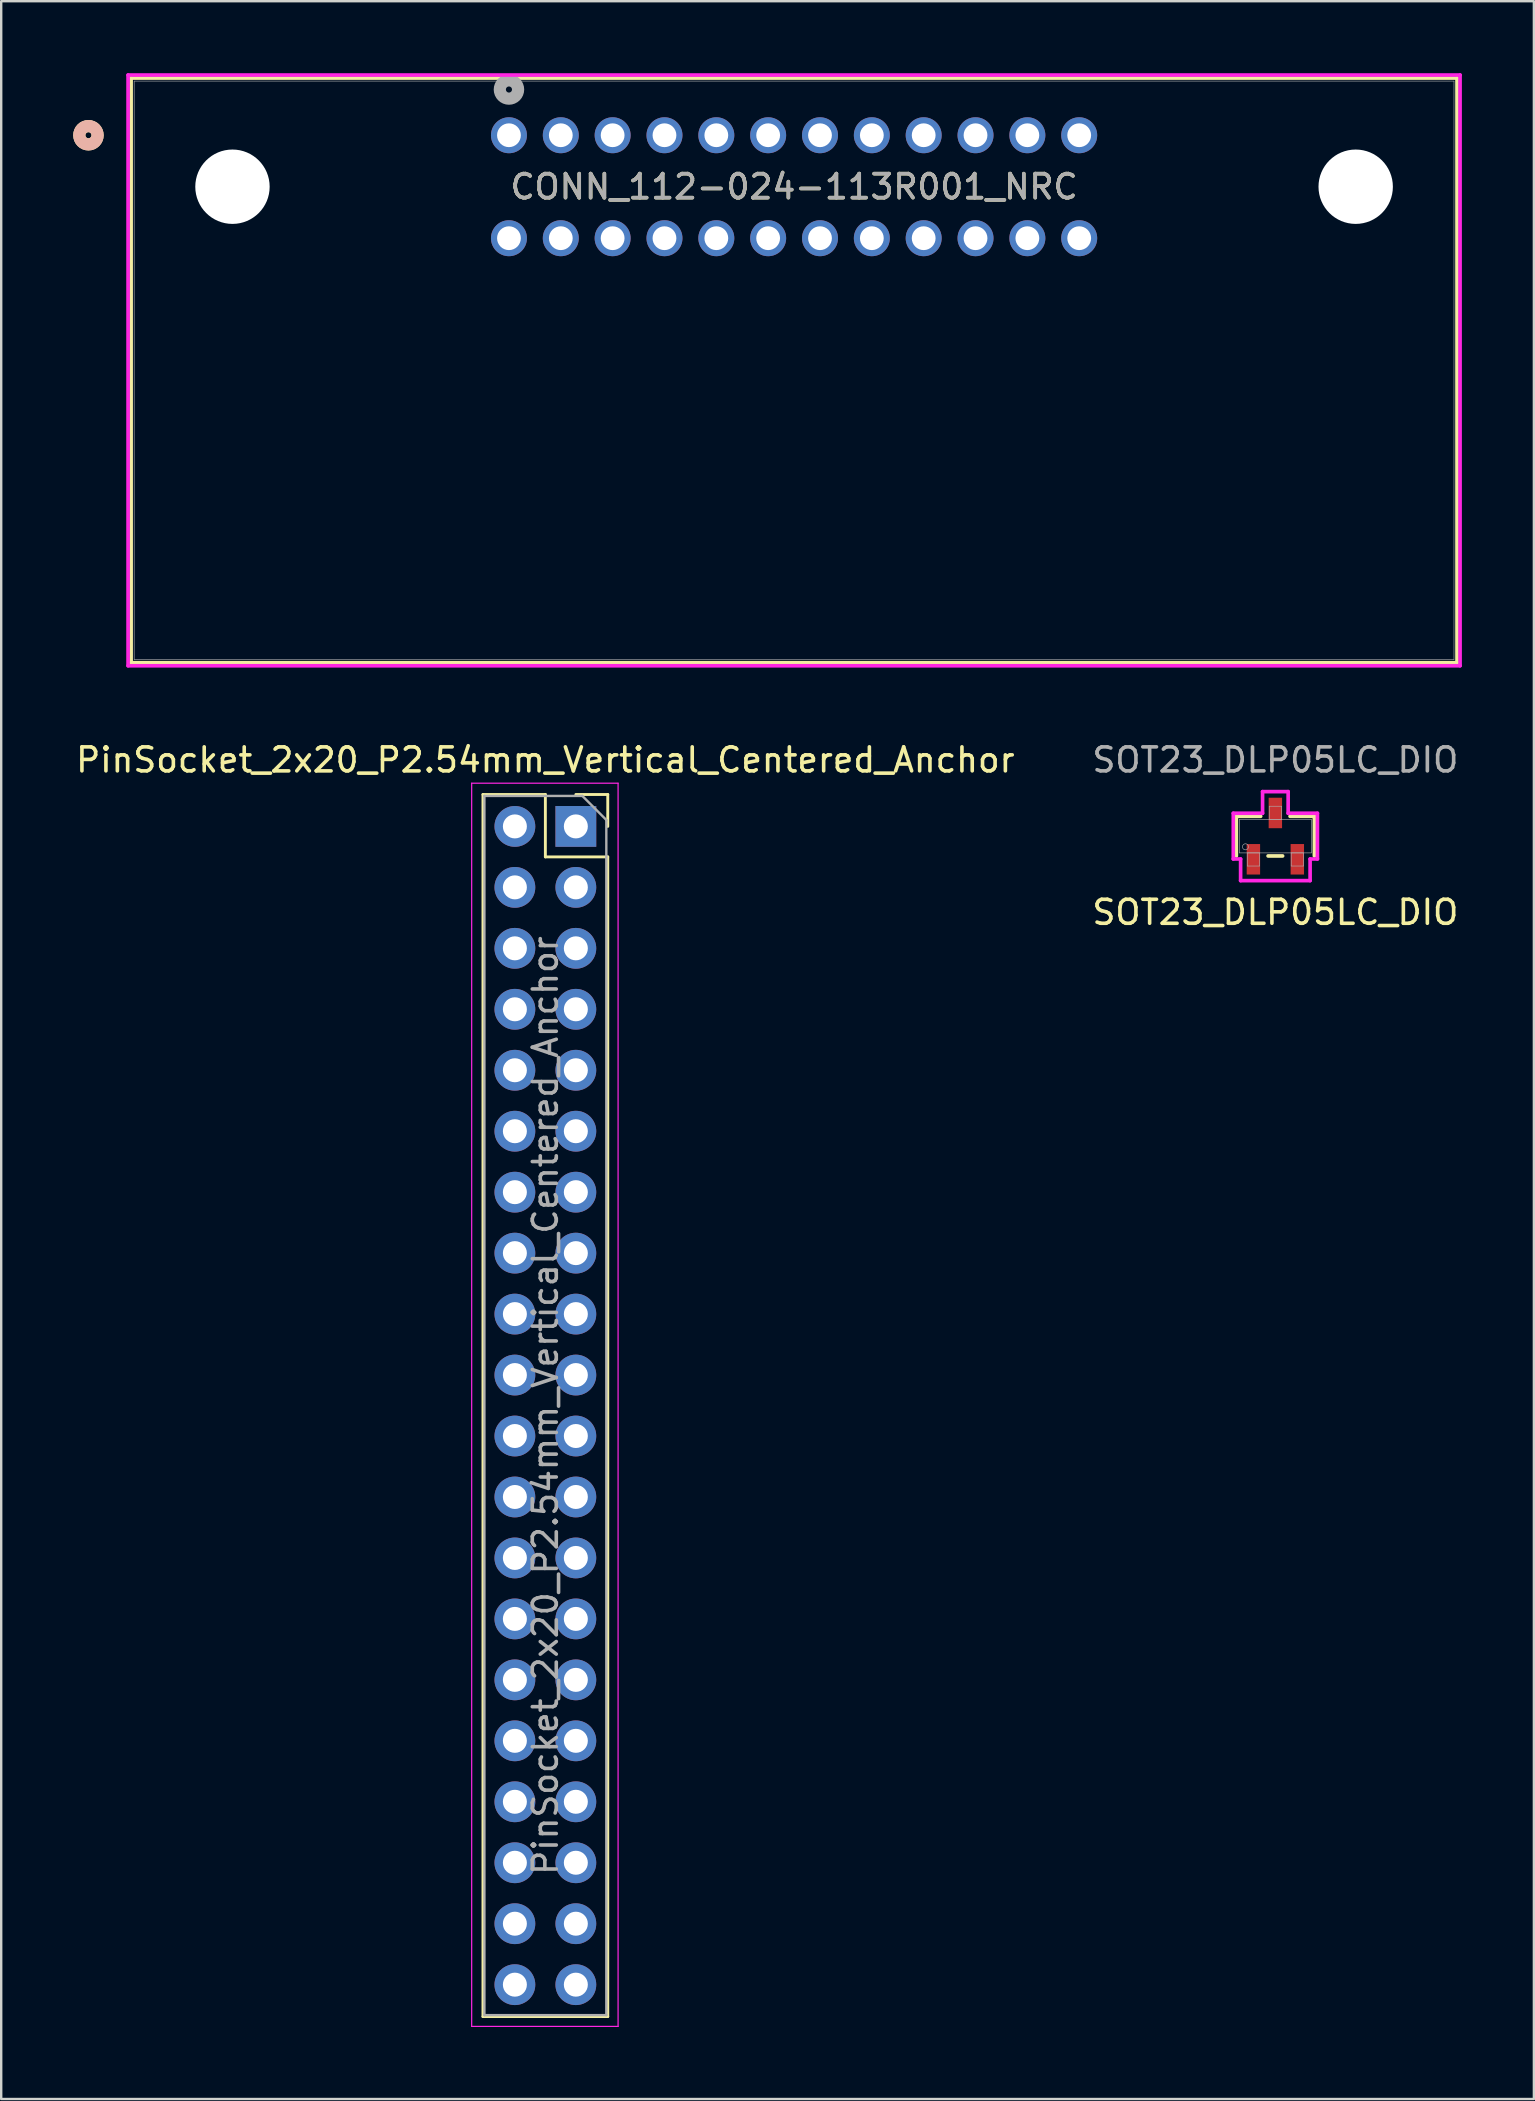
<source format=kicad_pcb>
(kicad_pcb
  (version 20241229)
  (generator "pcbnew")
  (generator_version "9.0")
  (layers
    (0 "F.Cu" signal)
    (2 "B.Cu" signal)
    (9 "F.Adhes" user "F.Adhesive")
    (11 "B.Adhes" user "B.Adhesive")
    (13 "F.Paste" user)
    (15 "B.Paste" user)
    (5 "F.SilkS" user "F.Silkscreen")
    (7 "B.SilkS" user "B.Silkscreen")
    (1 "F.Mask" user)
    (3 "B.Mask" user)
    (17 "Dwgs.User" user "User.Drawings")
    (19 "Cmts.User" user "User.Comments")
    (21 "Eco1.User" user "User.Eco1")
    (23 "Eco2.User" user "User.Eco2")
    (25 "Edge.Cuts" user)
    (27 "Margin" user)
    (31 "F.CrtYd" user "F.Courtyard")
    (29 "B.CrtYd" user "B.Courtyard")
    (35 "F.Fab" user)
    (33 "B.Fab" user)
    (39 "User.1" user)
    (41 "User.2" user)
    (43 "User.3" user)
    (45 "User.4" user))
  (footprint "PinSocket_2x20_P2.54mm_Vertical_Centered_Anchor"
    (layer "F.Cu")
    (at 19.673 55.513)
    (property "Reference" "PinSocket_2x20_P2.54mm_Vertical_Centered_Anchor" (at 0 -26.9 0) (layer "F.SilkS") (effects (font (size 1 1) (thickness 0.15))))
    (attr through_hole)
    (fp_line (start -2.6 -25.46) (end -2.6 25.46) (stroke (width 0.12) (type solid)) (layer "F.SilkS"))
    (fp_line (start -2.6 -25.46) (end 0 -25.46) (stroke (width 0.12) (type solid)) (layer "F.SilkS"))
    (fp_line (start -2.6 25.46) (end 2.6 25.46) (stroke (width 0.12) (type solid)) (layer "F.SilkS"))
    (fp_line (start 0 -25.46) (end 0 -22.86) (stroke (width 0.12) (type solid)) (layer "F.SilkS"))
    (fp_line (start 0 -22.86) (end 2.6 -22.86) (stroke (width 0.12) (type solid)) (layer "F.SilkS"))
    (fp_line (start 1.27 -25.46) (end 2.6 -25.46) (stroke (width 0.12) (type solid)) (layer "F.SilkS"))
    (fp_line (start 2.6 -25.46) (end 2.6 -24.13) (stroke (width 0.12) (type solid)) (layer "F.SilkS"))
    (fp_line (start 2.6 -22.86) (end 2.6 25.46) (stroke (width 0.12) (type solid)) (layer "F.SilkS"))
    (fp_line (start -3.07 -25.93) (end 3.03 -25.93) (stroke (width 0.05) (type solid)) (layer "F.CrtYd"))
    (fp_line (start -3.07 25.87) (end -3.07 -25.93) (stroke (width 0.05) (type solid)) (layer "F.CrtYd"))
    (fp_line (start 3.03 -25.93) (end 3.03 25.87) (stroke (width 0.05) (type solid)) (layer "F.CrtYd"))
    (fp_line (start 3.03 25.87) (end -3.07 25.87) (stroke (width 0.05) (type solid)) (layer "F.CrtYd"))
    (fp_line (start -2.54 -25.4) (end 1.54 -25.4) (stroke (width 0.1) (type solid)) (layer "F.Fab"))
    (fp_line (start -2.54 25.4) (end -2.54 -25.4) (stroke (width 0.1) (type solid)) (layer "F.Fab"))
    (fp_line (start 1.54 -25.4) (end 2.54 -24.4) (stroke (width 0.1) (type solid)) (layer "F.Fab"))
    (fp_line (start 2.54 -24.4) (end 2.54 25.4) (stroke (width 0.1) (type solid)) (layer "F.Fab"))
    (fp_line (start 2.54 25.4) (end -2.54 25.4) (stroke (width 0.1) (type solid)) (layer "F.Fab"))
    (fp_text user "${REFERENCE}" (at 0 0 90) (layer "F.Fab") (effects (font (size 1 1) (thickness 0.15))))
    (pad "1" thru_hole rect (at 1.27 -24.13) (size 1.7 1.7) (drill 1) (layers "*.Cu" "*.Mask"))
    (pad "2" thru_hole oval (at -1.27 -24.13) (size 1.7 1.7) (drill 1) (layers "*.Cu" "*.Mask"))
    (pad "3" thru_hole oval (at 1.27 -21.59) (size 1.7 1.7) (drill 1) (layers "*.Cu" "*.Mask"))
    (pad "4" thru_hole oval (at -1.27 -21.59) (size 1.7 1.7) (drill 1) (layers "*.Cu" "*.Mask"))
    (pad "5" thru_hole oval (at 1.27 -19.05) (size 1.7 1.7) (drill 1) (layers "*.Cu" "*.Mask"))
    (pad "6" thru_hole oval (at -1.27 -19.05) (size 1.7 1.7) (drill 1) (layers "*.Cu" "*.Mask"))
    (pad "7" thru_hole oval (at 1.27 -16.51) (size 1.7 1.7) (drill 1) (layers "*.Cu" "*.Mask"))
    (pad "8" thru_hole oval (at -1.27 -16.51) (size 1.7 1.7) (drill 1) (layers "*.Cu" "*.Mask"))
    (pad "9" thru_hole oval (at 1.27 -13.97) (size 1.7 1.7) (drill 1) (layers "*.Cu" "*.Mask"))
    (pad "10" thru_hole oval (at -1.27 -13.97) (size 1.7 1.7) (drill 1) (layers "*.Cu" "*.Mask"))
    (pad "11" thru_hole oval (at 1.27 -11.43) (size 1.7 1.7) (drill 1) (layers "*.Cu" "*.Mask"))
    (pad "12" thru_hole oval (at -1.27 -11.43) (size 1.7 1.7) (drill 1) (layers "*.Cu" "*.Mask"))
    (pad "13" thru_hole oval (at 1.27 -8.89) (size 1.7 1.7) (drill 1) (layers "*.Cu" "*.Mask"))
    (pad "14" thru_hole oval (at -1.27 -8.89) (size 1.7 1.7) (drill 1) (layers "*.Cu" "*.Mask"))
    (pad "15" thru_hole oval (at 1.27 -6.35) (size 1.7 1.7) (drill 1) (layers "*.Cu" "*.Mask"))
    (pad "16" thru_hole oval (at -1.27 -6.35) (size 1.7 1.7) (drill 1) (layers "*.Cu" "*.Mask"))
    (pad "17" thru_hole oval (at 1.27 -3.81) (size 1.7 1.7) (drill 1) (layers "*.Cu" "*.Mask"))
    (pad "18" thru_hole oval (at -1.27 -3.81) (size 1.7 1.7) (drill 1) (layers "*.Cu" "*.Mask"))
    (pad "19" thru_hole oval (at 1.27 -1.27) (size 1.7 1.7) (drill 1) (layers "*.Cu" "*.Mask"))
    (pad "20" thru_hole oval (at -1.27 -1.27) (size 1.7 1.7) (drill 1) (layers "*.Cu" "*.Mask"))
    (pad "21" thru_hole oval (at 1.27 1.27) (size 1.7 1.7) (drill 1) (layers "*.Cu" "*.Mask"))
    (pad "22" thru_hole oval (at -1.27 1.27) (size 1.7 1.7) (drill 1) (layers "*.Cu" "*.Mask"))
    (pad "23" thru_hole oval (at 1.27 3.81) (size 1.7 1.7) (drill 1) (layers "*.Cu" "*.Mask"))
    (pad "24" thru_hole oval (at -1.27 3.81) (size 1.7 1.7) (drill 1) (layers "*.Cu" "*.Mask"))
    (pad "25" thru_hole oval (at 1.27 6.35) (size 1.7 1.7) (drill 1) (layers "*.Cu" "*.Mask"))
    (pad "26" thru_hole oval (at -1.27 6.35) (size 1.7 1.7) (drill 1) (layers "*.Cu" "*.Mask"))
    (pad "27" thru_hole oval (at 1.27 8.89) (size 1.7 1.7) (drill 1) (layers "*.Cu" "*.Mask"))
    (pad "28" thru_hole oval (at -1.27 8.89) (size 1.7 1.7) (drill 1) (layers "*.Cu" "*.Mask"))
    (pad "29" thru_hole oval (at 1.27 11.43) (size 1.7 1.7) (drill 1) (layers "*.Cu" "*.Mask"))
    (pad "30" thru_hole oval (at -1.27 11.43) (size 1.7 1.7) (drill 1) (layers "*.Cu" "*.Mask"))
    (pad "31" thru_hole oval (at 1.27 13.97) (size 1.7 1.7) (drill 1) (layers "*.Cu" "*.Mask"))
    (pad "32" thru_hole oval (at -1.27 13.97) (size 1.7 1.7) (drill 1) (layers "*.Cu" "*.Mask"))
    (pad "33" thru_hole oval (at 1.27 16.51) (size 1.7 1.7) (drill 1) (layers "*.Cu" "*.Mask"))
    (pad "34" thru_hole oval (at -1.27 16.51) (size 1.7 1.7) (drill 1) (layers "*.Cu" "*.Mask"))
    (pad "35" thru_hole oval (at 1.27 19.05) (size 1.7 1.7) (drill 1) (layers "*.Cu" "*.Mask"))
    (pad "36" thru_hole oval (at -1.27 19.05) (size 1.7 1.7) (drill 1) (layers "*.Cu" "*.Mask"))
    (pad "37" thru_hole oval (at 1.27 21.59) (size 1.7 1.7) (drill 1) (layers "*.Cu" "*.Mask"))
    (pad "38" thru_hole oval (at -1.27 21.59) (size 1.7 1.7) (drill 1) (layers "*.Cu" "*.Mask"))
    (pad "39" thru_hole oval (at 1.27 24.13) (size 1.7 1.7) (drill 1) (layers "*.Cu" "*.Mask"))
    (pad "40" thru_hole oval (at -1.27 24.13) (size 1.7 1.7) (drill 1) (layers "*.Cu" "*.Mask")))
  (footprint "CONN_112-024-113R001_NRC"
    (layer "F.Cu")
    (at 18.156 2.585)
    (property "Reference" "CONN_112-024-113R001_NRC" (at 11.88 2.145 0) (unlocked yes) (layer "F.SilkS") (effects (font (size 1 1) (thickness 0.15))))
    (attr through_hole)
    (fp_line (start -15.743 -2.382) (end -15.743 21.977) (stroke (width 0.152) (type solid)) (layer "F.SilkS"))
    (fp_line (start -15.743 21.977) (end 39.502 21.977) (stroke (width 0.152) (type solid)) (layer "F.SilkS"))
    (fp_line (start 39.502 -2.382) (end -15.743 -2.382) (stroke (width 0.152) (type solid)) (layer "F.SilkS"))
    (fp_line (start 39.502 21.977) (end 39.502 -2.382) (stroke (width 0.152) (type solid)) (layer "F.SilkS"))
    (fp_circle (center -17.521 0) (end -17.14 0) (stroke (width 0.508) (type solid)) (fill no) (layer "F.SilkS"))
    (fp_circle (center -17.521 0) (end -17.14 0) (stroke (width 0.508) (type solid)) (fill no) (layer "B.SilkS"))
    (fp_line (start -15.87 -2.509) (end -15.87 22.104) (stroke (width 0.152) (type solid)) (layer "F.CrtYd"))
    (fp_line (start -15.87 22.104) (end 39.629 22.104) (stroke (width 0.152) (type solid)) (layer "F.CrtYd"))
    (fp_line (start 39.629 -2.509) (end -15.87 -2.509) (stroke (width 0.152) (type solid)) (layer "F.CrtYd"))
    (fp_line (start 39.629 22.104) (end 39.629 -2.509) (stroke (width 0.152) (type solid)) (layer "F.CrtYd"))
    (fp_line (start -15.616 -2.255) (end -15.616 21.85) (stroke (width 0.025) (type solid)) (layer "F.Fab"))
    (fp_line (start -15.616 21.85) (end 39.375 21.85) (stroke (width 0.025) (type solid)) (layer "F.Fab"))
    (fp_line (start 39.375 -2.255) (end -15.616 -2.255) (stroke (width 0.025) (type solid)) (layer "F.Fab"))
    (fp_line (start 39.375 21.85) (end 39.375 -2.255) (stroke (width 0.025) (type solid)) (layer "F.Fab"))
    (fp_circle (center 0 -1.905) (end 0.381 -1.905) (stroke (width 0.508) (type solid)) (fill no) (layer "F.Fab"))
    (fp_text user "${REFERENCE}" (at 11.88 2.145 0) (unlocked yes) (layer "F.Fab") (effects (font (size 1 1) (thickness 0.15))))
    (pad "" np_thru_hole circle (at -11.52 2.145) (size 3.099 3.099) (drill 3.099) (layers "*.Cu" "*.Mask"))
    (pad "" np_thru_hole circle (at 35.28 2.145) (size 3.099 3.099) (drill 3.099) (layers "*.Cu" "*.Mask"))
    (pad "1" thru_hole circle (at 0 0) (size 1.499 1.499) (drill 0.991) (layers "*.Cu" "*.Mask"))
    (pad "2" thru_hole circle (at 2.16 0) (size 1.499 1.499) (drill 0.991) (layers "*.Cu" "*.Mask"))
    (pad "3" thru_hole circle (at 4.32 0) (size 1.499 1.499) (drill 0.991) (layers "*.Cu" "*.Mask"))
    (pad "4" thru_hole circle (at 6.48 0) (size 1.499 1.499) (drill 0.991) (layers "*.Cu" "*.Mask"))
    (pad "5" thru_hole circle (at 8.64 0) (size 1.499 1.499) (drill 0.991) (layers "*.Cu" "*.Mask"))
    (pad "6" thru_hole circle (at 10.8 0) (size 1.499 1.499) (drill 0.991) (layers "*.Cu" "*.Mask"))
    (pad "7" thru_hole circle (at 12.96 0) (size 1.499 1.499) (drill 0.991) (layers "*.Cu" "*.Mask"))
    (pad "8" thru_hole circle (at 15.12 0) (size 1.499 1.499) (drill 0.991) (layers "*.Cu" "*.Mask"))
    (pad "9" thru_hole circle (at 17.28 0) (size 1.499 1.499) (drill 0.991) (layers "*.Cu" "*.Mask"))
    (pad "10" thru_hole circle (at 19.44 0) (size 1.499 1.499) (drill 0.991) (layers "*.Cu" "*.Mask"))
    (pad "11" thru_hole circle (at 21.6 0) (size 1.499 1.499) (drill 0.991) (layers "*.Cu" "*.Mask"))
    (pad "12" thru_hole circle (at 23.76 0) (size 1.499 1.499) (drill 0.991) (layers "*.Cu" "*.Mask"))
    (pad "13" thru_hole circle (at 0 4.29) (size 1.499 1.499) (drill 0.991) (layers "*.Cu" "*.Mask"))
    (pad "14" thru_hole circle (at 2.16 4.29) (size 1.499 1.499) (drill 0.991) (layers "*.Cu" "*.Mask"))
    (pad "15" thru_hole circle (at 4.32 4.29) (size 1.499 1.499) (drill 0.991) (layers "*.Cu" "*.Mask"))
    (pad "16" thru_hole circle (at 6.48 4.29) (size 1.499 1.499) (drill 0.991) (layers "*.Cu" "*.Mask"))
    (pad "17" thru_hole circle (at 8.64 4.29) (size 1.499 1.499) (drill 0.991) (layers "*.Cu" "*.Mask"))
    (pad "18" thru_hole circle (at 10.8 4.29) (size 1.499 1.499) (drill 0.991) (layers "*.Cu" "*.Mask"))
    (pad "19" thru_hole circle (at 12.96 4.29) (size 1.499 1.499) (drill 0.991) (layers "*.Cu" "*.Mask"))
    (pad "20" thru_hole circle (at 15.12 4.29) (size 1.499 1.499) (drill 0.991) (layers "*.Cu" "*.Mask"))
    (pad "21" thru_hole circle (at 17.28 4.29) (size 1.499 1.499) (drill 0.991) (layers "*.Cu" "*.Mask"))
    (pad "22" thru_hole circle (at 19.44 4.29) (size 1.499 1.499) (drill 0.991) (layers "*.Cu" "*.Mask"))
    (pad "23" thru_hole circle (at 21.6 4.29) (size 1.499 1.499) (drill 0.991) (layers "*.Cu" "*.Mask"))
    (pad "24" thru_hole circle (at 23.76 4.29) (size 1.499 1.499) (drill 0.991) (layers "*.Cu" "*.Mask")))
  (footprint "SOT23_DLP05LC_DIO"
    (layer "F.Cu")
    (at 50.089 31.788)
    (property "Reference" "SOT23_DLP05LC_DIO" (at 0 3.175 0) (layer "F.SilkS") (effects (font (size 1 1) (thickness 0.15))))
    (attr smd)
    (fp_line (start -1.626 -0.826) (end -1.626 0.826) (stroke (width 0.152) (type solid)) (layer "F.SilkS"))
    (fp_line (start -0.612 -0.826) (end -1.626 -0.826) (stroke (width 0.152) (type solid)) (layer "F.SilkS"))
    (fp_line (start -0.303 0.826) (end 0.303 0.826) (stroke (width 0.152) (type solid)) (layer "F.SilkS"))
    (fp_line (start 1.626 -0.826) (end 0.612 -0.826) (stroke (width 0.152) (type solid)) (layer "F.SilkS"))
    (fp_line (start 1.626 0.826) (end 1.626 -0.826) (stroke (width 0.152) (type solid)) (layer "F.SilkS"))
    (fp_line (start -1.753 -0.953) (end -0.533 -0.953) (stroke (width 0.152) (type solid)) (layer "F.CrtYd"))
    (fp_line (start -1.753 0.953) (end -1.753 -0.953) (stroke (width 0.152) (type solid)) (layer "F.CrtYd"))
    (fp_line (start -1.753 0.953) (end -1.448 0.953) (stroke (width 0.152) (type solid)) (layer "F.CrtYd"))
    (fp_line (start -1.448 0.953) (end -1.448 1.854) (stroke (width 0.152) (type solid)) (layer "F.CrtYd"))
    (fp_line (start -1.448 1.854) (end 1.448 1.854) (stroke (width 0.152) (type solid)) (layer "F.CrtYd"))
    (fp_line (start -0.533 -1.854) (end 0.533 -1.854) (stroke (width 0.152) (type solid)) (layer "F.CrtYd"))
    (fp_line (start -0.533 -0.953) (end -0.533 -1.854) (stroke (width 0.152) (type solid)) (layer "F.CrtYd"))
    (fp_line (start 0.533 -0.953) (end 0.533 -1.854) (stroke (width 0.152) (type solid)) (layer "F.CrtYd"))
    (fp_line (start 1.448 0.953) (end 1.448 1.854) (stroke (width 0.152) (type solid)) (layer "F.CrtYd"))
    (fp_line (start 1.753 -0.953) (end 0.533 -0.953) (stroke (width 0.152) (type solid)) (layer "F.CrtYd"))
    (fp_line (start 1.753 -0.953) (end 1.753 0.953) (stroke (width 0.152) (type solid)) (layer "F.CrtYd"))
    (fp_line (start 1.753 0.953) (end 1.448 0.953) (stroke (width 0.152) (type solid)) (layer "F.CrtYd"))
    (fp_line (start -1.499 -0.699) (end -1.499 0.699) (stroke (width 0.025) (type solid)) (layer "F.Fab"))
    (fp_line (start -1.499 0.699) (end 1.499 0.699) (stroke (width 0.025) (type solid)) (layer "F.Fab"))
    (fp_line (start -1.169 0.699) (end -1.169 1.245) (stroke (width 0.025) (type solid)) (layer "F.Fab"))
    (fp_line (start -1.169 1.245) (end -0.661 1.245) (stroke (width 0.025) (type solid)) (layer "F.Fab"))
    (fp_line (start -0.661 0.699) (end -1.169 0.699) (stroke (width 0.025) (type solid)) (layer "F.Fab"))
    (fp_line (start -0.661 1.245) (end -0.661 0.699) (stroke (width 0.025) (type solid)) (layer "F.Fab"))
    (fp_line (start -0.254 -1.245) (end -0.254 -0.699) (stroke (width 0.025) (type solid)) (layer "F.Fab"))
    (fp_line (start -0.254 -0.699) (end 0.254 -0.699) (stroke (width 0.025) (type solid)) (layer "F.Fab"))
    (fp_line (start 0.254 -1.245) (end -0.254 -1.245) (stroke (width 0.025) (type solid)) (layer "F.Fab"))
    (fp_line (start 0.254 -0.699) (end 0.254 -1.245) (stroke (width 0.025) (type solid)) (layer "F.Fab"))
    (fp_line (start 0.661 0.699) (end 0.661 1.245) (stroke (width 0.025) (type solid)) (layer "F.Fab"))
    (fp_line (start 0.661 1.245) (end 1.169 1.245) (stroke (width 0.025) (type solid)) (layer "F.Fab"))
    (fp_line (start 1.169 0.699) (end 0.661 0.699) (stroke (width 0.025) (type solid)) (layer "F.Fab"))
    (fp_line (start 1.169 1.245) (end 1.169 0.699) (stroke (width 0.025) (type solid)) (layer "F.Fab"))
    (fp_line (start 1.499 -0.699) (end -1.499 -0.699) (stroke (width 0.025) (type solid)) (layer "F.Fab"))
    (fp_line (start 1.499 0.699) (end 1.499 -0.699) (stroke (width 0.025) (type solid)) (layer "F.Fab"))
    (fp_circle (center -1.245 0.445) (end -1.118 0.445) (stroke (width 0.025) (type solid)) (fill no) (layer "F.Fab"))
    (fp_text user "${REFERENCE}" (at 0 -3.175 0) (layer "F.Fab") (effects (font (size 1 1) (thickness 0.15))))
    (pad "1" smd rect (at -0.915 0.965) (size 0.559 1.27) (layers "F.Cu" "F.Mask" "F.Paste"))
    (pad "2" smd rect (at 0.915 0.965) (size 0.559 1.27) (layers "F.Cu" "F.Mask" "F.Paste"))
    (pad "3" smd rect (at 0 -0.965) (size 0.559 1.27) (layers "F.Cu" "F.Mask" "F.Paste")))
  (gr_rect
    (start -3 -3)
    (end 60.861 84.408)
    (stroke (width 0.1) (type default))
    (fill no)
    (layer "Edge.Cuts")))
</source>
